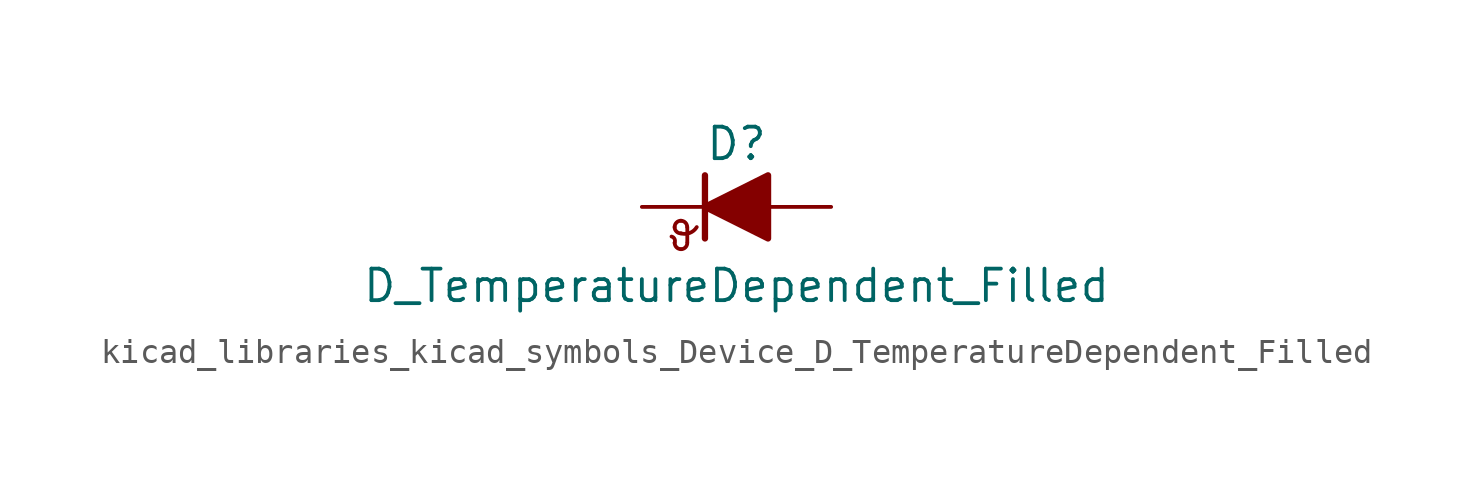
<source format=kicad_sym>
(kicad_symbol_lib
  (version 20220914)
  (generator kicad_symbol_editor)
  (symbol "kicad_libraries_kicad_symbols_Device_D_TemperatureDependent_Filled"
    (pin_numbers hide)
    (pin_names
      (offset 1.016) hide)
    (property "Reference" "D"
      (at 0 2.54 0)
      (effects (font (size 1.27 1.27))))
    (property "Value" "D_TemperatureDependent_Filled"
      (at 0 -3.175 0)
      (effects (font (size 1.27 1.27))))
    (symbol "kicad_libraries_kicad_symbols_Device_D_TemperatureDependent_Filled_0_1"
      (arc (start -2.4892 -1.4478) (mid -2.4907 -1.2925) (end -2.6162 -1.1938) (stroke (width 0) (type default)) (fill (type none)))
      (arc (start -2.4892 -1.4478) (mid -2.4148 -1.6274) (end -2.2352 -1.7018) (stroke (width 0) (type default)) (fill (type none)))
      (arc (start -2.4892 -0.8128) (mid -2.4148 -0.9924) (end -2.2352 -1.0668) (stroke (width 0) (type default)) (fill (type none)))
      (arc (start -2.2352 -1.7018) (mid -2.0556 -1.6274) (end -1.9812 -1.4478) (stroke (width 0) (type default)) (fill (type none)))
      (arc (start -2.2352 -1.0668) (mid -1.8805 -1.0481) (end -1.6002 -0.8128) (stroke (width 0) (type default)) (fill (type none)))
      (arc (start -2.2352 -0.5588) (mid -2.4148 -0.6332) (end -2.4892 -0.8128) (stroke (width 0) (type default)) (fill (type none)))
      (arc (start -1.9812 -0.8128) (mid -2.0556 -0.6332) (end -2.2352 -0.5588) (stroke (width 0) (type default)) (fill (type none)))
      (polyline (pts (xy -1.981 -1.422) (xy -1.981 -0.813)) (stroke (width 0) (type default)) (fill (type none)))
      (polyline (pts (xy -1.27 1.27) (xy -1.27 -1.27)) (stroke (width 0.254) (type default)) (fill (type none)))
      (polyline (pts (xy 1.27 0) (xy -1.27 0)) (stroke (width 0) (type default)) (fill (type none)))
      (polyline (pts (xy 1.27 -1.27) (xy 1.27 1.27) (xy -1.27 0) (xy 1.27 -1.27)) (stroke (width 0.254) (type default)) (fill (type outline))))
    (symbol "kicad_libraries_kicad_symbols_Device_D_TemperatureDependent_Filled_1_1"
      (pin passive line (at -3.81 0 0) (length 2.54) (name "K" (effects (font (size 1.27 1.27)))) (number "1" (effects (font (size 1.27 1.27)))))
      (pin passive line (at 3.81 0 180) (length 2.54) (name "A" (effects (font (size 1.27 1.27)))) (number "2" (effects (font (size 1.27 1.27))))))))
</source>
